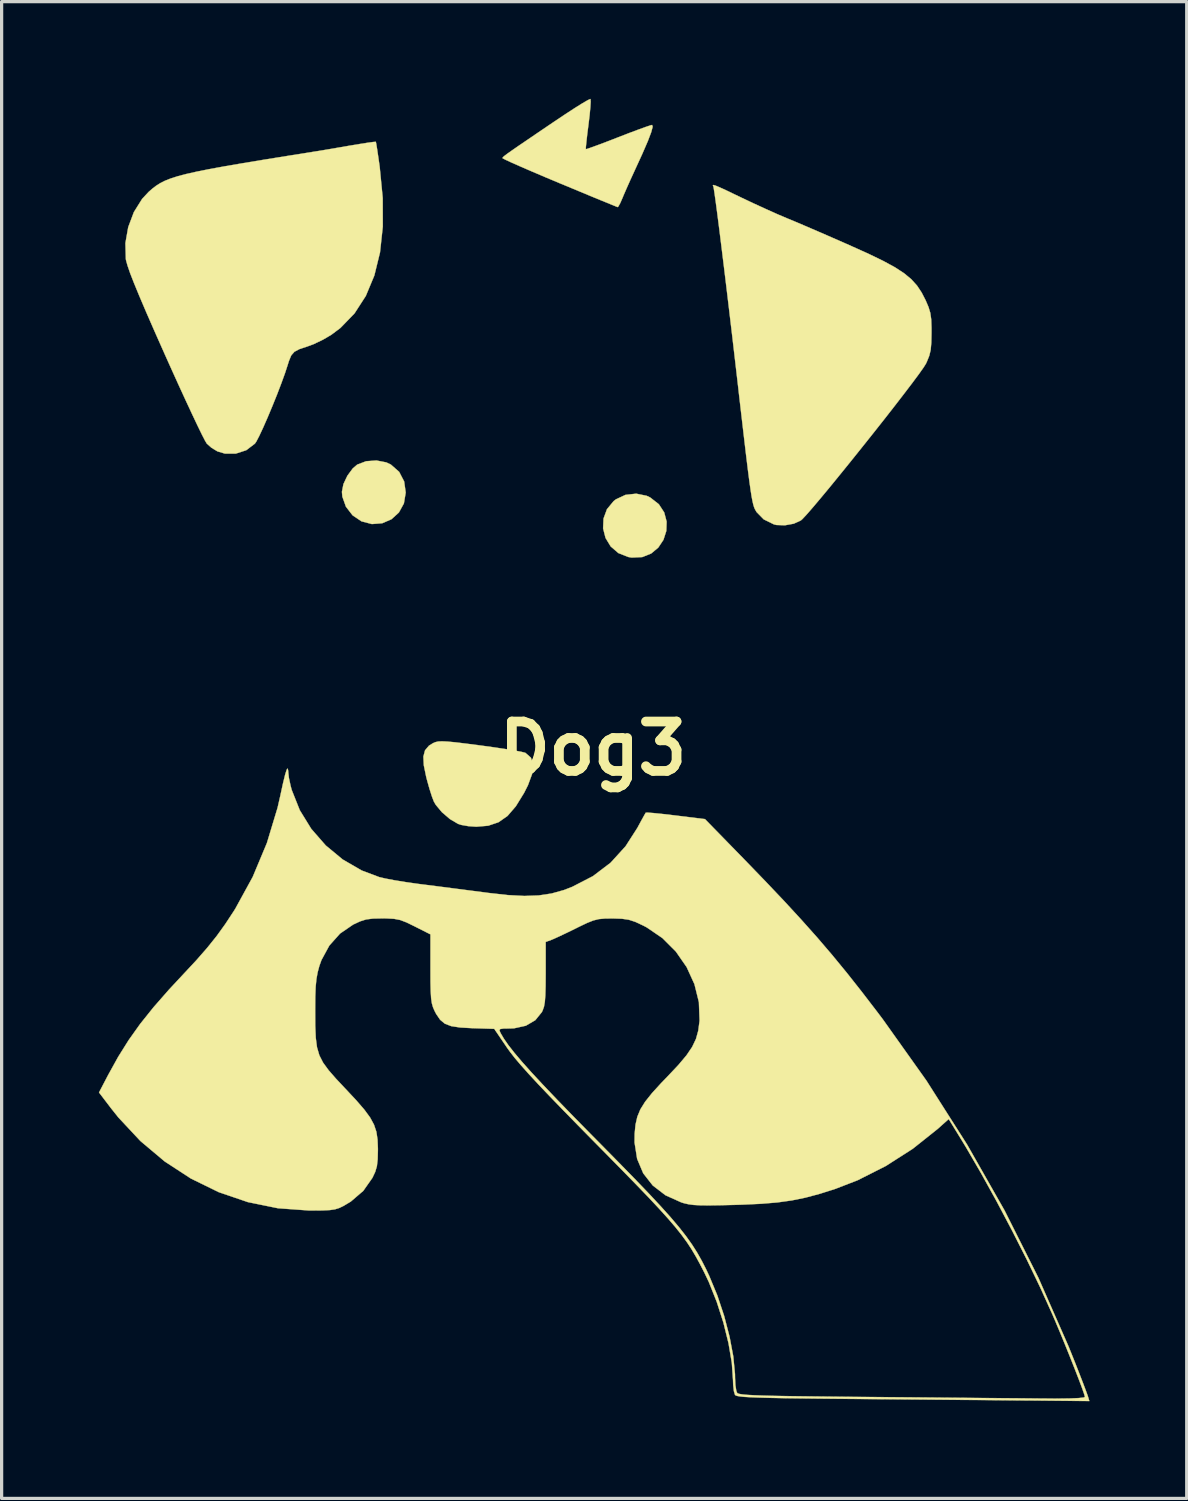
<source format=kicad_pcb>
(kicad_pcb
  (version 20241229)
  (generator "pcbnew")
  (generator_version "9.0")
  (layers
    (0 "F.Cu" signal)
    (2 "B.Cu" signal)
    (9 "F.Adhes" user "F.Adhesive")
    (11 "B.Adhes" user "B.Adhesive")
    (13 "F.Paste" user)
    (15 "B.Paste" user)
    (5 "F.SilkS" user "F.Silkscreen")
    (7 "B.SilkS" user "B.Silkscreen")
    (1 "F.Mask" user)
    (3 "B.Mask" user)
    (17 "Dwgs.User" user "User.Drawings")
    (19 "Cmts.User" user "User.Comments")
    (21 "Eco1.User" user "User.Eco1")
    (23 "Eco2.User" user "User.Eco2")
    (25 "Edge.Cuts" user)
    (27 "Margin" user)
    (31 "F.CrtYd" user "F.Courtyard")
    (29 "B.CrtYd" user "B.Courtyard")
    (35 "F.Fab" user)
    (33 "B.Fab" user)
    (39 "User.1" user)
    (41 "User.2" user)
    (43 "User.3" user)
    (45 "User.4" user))
  (footprint "Dog3"
    (layer "F.Cu")
    (at 15.246 20.045)
    (property "Reference" "Dog3" (at 0 0 0) (layer "F.SilkS") (effects (font (size 1.524 1.524) (thickness 0.3))))
    (attr through_hole)
    (fp_poly (pts (xy -6.378 -8.829) (xy -6.238 -8.763) (xy -5.981 -8.537) (xy -5.827 -8.24) (xy -5.779 -7.899) (xy -5.835 -7.563) (xy -5.989 -7.284) (xy -6.219 -7.075) (xy -6.504 -6.952) (xy -6.822 -6.927) (xy -7.144 -7.011) (xy -7.419 -7.197) (xy -7.624 -7.463) (xy -7.734 -7.773) (xy -7.747 -7.922) (xy -7.7 -8.161) (xy -7.578 -8.419) (xy -7.411 -8.645) (xy -7.275 -8.761) (xy -7 -8.865) (xy -6.683 -8.888) (xy -6.378 -8.829)) (stroke (width 0.01) (type solid)) (fill yes) (layer "F.SilkS"))
    (fp_poly (pts (xy 1.654 -7.799) (xy 1.764 -7.747) (xy 2.031 -7.538) (xy 2.197 -7.283) (xy 2.271 -7.001) (xy 2.261 -6.714) (xy 2.173 -6.441) (xy 2.014 -6.202) (xy 1.794 -6.018) (xy 1.518 -5.908) (xy 1.194 -5.893) (xy 1.087 -5.911) (xy 0.779 -6.033) (xy 0.544 -6.237) (xy 0.386 -6.498) (xy 0.311 -6.793) (xy 0.324 -7.097) (xy 0.43 -7.385) (xy 0.635 -7.633) (xy 0.706 -7.689) (xy 1.001 -7.827) (xy 1.332 -7.864) (xy 1.654 -7.799)) (stroke (width 0.01) (type solid)) (fill yes) (layer "F.SilkS"))
    (fp_poly (pts (xy -4.492 -0.216) (xy -4.255 -0.194) (xy -3.931 -0.155) (xy -3.5 -0.099) (xy -3.475 -0.096) (xy -3.081 -0.042) (xy -2.724 0.011) (xy -2.427 0.059) (xy -2.21 0.1) (xy -2.094 0.129) (xy -2.086 0.132) (xy -1.916 0.281) (xy -1.847 0.495) (xy -1.877 0.777) (xy -2.008 1.132) (xy -2.128 1.369) (xy -2.381 1.78) (xy -2.638 2.078) (xy -2.917 2.273) (xy -3.235 2.38) (xy -3.602 2.411) (xy -3.844 2.394) (xy -4.065 2.355) (xy -4.164 2.323) (xy -4.416 2.174) (xy -4.661 1.964) (xy -4.852 1.735) (xy -4.91 1.635) (xy -4.97 1.478) (xy -5.046 1.241) (xy -5.123 0.966) (xy -5.147 0.873) (xy -5.221 0.514) (xy -5.234 0.248) (xy -5.183 0.054) (xy -5.062 -0.089) (xy -4.938 -0.166) (xy -4.865 -0.198) (xy -4.779 -0.218) (xy -4.661 -0.224) (xy -4.492 -0.216)) (stroke (width 0.01) (type solid)) (fill yes) (layer "F.SilkS"))
    (fp_poly (pts (xy -0.079 -20.039) (xy -0.072 -19.965) (xy -0.082 -19.792) (xy -0.105 -19.545) (xy -0.14 -19.256) (xy -0.177 -18.965) (xy -0.204 -18.723) (xy -0.221 -18.557) (xy -0.222 -18.492) (xy -0.161 -18.508) (xy -0.002 -18.564) (xy 0.235 -18.651) (xy 0.532 -18.764) (xy 0.77 -18.857) (xy 1.101 -18.985) (xy 1.394 -19.095) (xy 1.626 -19.179) (xy 1.777 -19.229) (xy 1.822 -19.24) (xy 1.84 -19.185) (xy 1.796 -19.019) (xy 1.691 -18.742) (xy 1.523 -18.354) (xy 1.294 -17.855) (xy 1.289 -17.843) (xy 1.16 -17.563) (xy 1.036 -17.285) (xy 0.938 -17.059) (xy 0.915 -17.002) (xy 0.841 -16.832) (xy 0.782 -16.725) (xy 0.762 -16.705) (xy 0.698 -16.73) (xy 0.531 -16.798) (xy 0.276 -16.902) (xy -0.052 -17.037) (xy -0.439 -17.198) (xy -0.869 -17.377) (xy -1.032 -17.444) (xy -1.473 -17.629) (xy -1.874 -17.8) (xy -2.22 -17.95) (xy -2.497 -18.072) (xy -2.69 -18.161) (xy -2.785 -18.21) (xy -2.793 -18.217) (xy -2.788 -18.233) (xy -2.766 -18.258) (xy -2.718 -18.298) (xy -2.631 -18.363) (xy -2.494 -18.459) (xy -2.298 -18.595) (xy -2.03 -18.777) (xy -1.681 -19.015) (xy -1.238 -19.315) (xy -1.177 -19.356) (xy -0.854 -19.572) (xy -0.567 -19.759) (xy -0.332 -19.906) (xy -0.165 -20.003) (xy -0.084 -20.04) (xy -0.079 -20.039)) (stroke (width 0.01) (type solid)) (fill yes) (layer "F.SilkS"))
    (fp_poly (pts (xy -6.701 -18.719) (xy -6.687 -18.653) (xy -6.66 -18.486) (xy -6.624 -18.243) (xy -6.582 -17.949) (xy -6.581 -17.939) (xy -6.488 -16.983) (xy -6.486 -16.105) (xy -6.572 -15.308) (xy -6.747 -14.595) (xy -7.009 -13.967) (xy -7.358 -13.427) (xy -7.793 -12.978) (xy -8.072 -12.768) (xy -8.329 -12.617) (xy -8.61 -12.482) (xy -8.815 -12.405) (xy -9.06 -12.324) (xy -9.214 -12.242) (xy -9.311 -12.13) (xy -9.383 -11.956) (xy -9.418 -11.843) (xy -9.501 -11.588) (xy -9.614 -11.276) (xy -9.747 -10.928) (xy -9.892 -10.569) (xy -10.038 -10.22) (xy -10.176 -9.906) (xy -10.296 -9.649) (xy -10.388 -9.472) (xy -10.432 -9.408) (xy -10.699 -9.205) (xy -11.02 -9.101) (xy -11.358 -9.101) (xy -11.589 -9.17) (xy -11.773 -9.282) (xy -11.914 -9.406) (xy -11.967 -9.494) (xy -12.066 -9.686) (xy -12.204 -9.969) (xy -12.375 -10.331) (xy -12.574 -10.758) (xy -12.795 -11.239) (xy -13.031 -11.761) (xy -13.206 -12.151) (xy -13.519 -12.856) (xy -13.78 -13.453) (xy -13.992 -13.95) (xy -14.158 -14.352) (xy -14.281 -14.667) (xy -14.362 -14.903) (xy -14.407 -15.064) (xy -14.414 -15.103) (xy -14.427 -15.594) (xy -14.34 -16.088) (xy -14.165 -16.553) (xy -13.911 -16.959) (xy -13.709 -17.176) (xy -13.595 -17.275) (xy -13.479 -17.364) (xy -13.353 -17.444) (xy -13.207 -17.518) (xy -13.03 -17.588) (xy -12.815 -17.657) (xy -12.551 -17.727) (xy -12.228 -17.799) (xy -11.838 -17.877) (xy -11.37 -17.963) (xy -10.815 -18.058) (xy -10.164 -18.166) (xy -9.407 -18.288) (xy -8.535 -18.427) (xy -8.477 -18.436) (xy -8.342 -18.458) (xy -8.113 -18.497) (xy -7.822 -18.547) (xy -7.503 -18.602) (xy -7.501 -18.602) (xy -7.203 -18.652) (xy -6.954 -18.691) (xy -6.779 -18.715) (xy -6.702 -18.72) (xy -6.701 -18.719)) (stroke (width 0.01) (type solid)) (fill yes) (layer "F.SilkS"))
    (fp_poly (pts (xy 3.775 -17.371) (xy 3.901 -17.318) (xy 4.105 -17.225) (xy 4.4 -17.083) (xy 4.59 -16.992) (xy 4.951 -16.821) (xy 5.33 -16.647) (xy 5.685 -16.488) (xy 5.974 -16.365) (xy 6.003 -16.353) (xy 6.23 -16.259) (xy 6.547 -16.124) (xy 6.928 -15.96) (xy 7.348 -15.777) (xy 7.782 -15.587) (xy 7.964 -15.506) (xy 8.516 -15.257) (xy 8.963 -15.04) (xy 9.32 -14.845) (xy 9.601 -14.661) (xy 9.821 -14.478) (xy 9.996 -14.284) (xy 10.138 -14.07) (xy 10.262 -13.829) (xy 10.351 -13.62) (xy 10.406 -13.438) (xy 10.434 -13.24) (xy 10.443 -12.979) (xy 10.443 -12.827) (xy 10.437 -12.521) (xy 10.417 -12.299) (xy 10.374 -12.12) (xy 10.302 -11.941) (xy 10.271 -11.874) (xy 10.197 -11.757) (xy 10.055 -11.556) (xy 9.853 -11.284) (xy 9.601 -10.953) (xy 9.311 -10.577) (xy 8.991 -10.167) (xy 8.652 -9.738) (xy 8.303 -9.3) (xy 7.956 -8.867) (xy 7.62 -8.452) (xy 7.305 -8.066) (xy 7.021 -7.724) (xy 6.778 -7.436) (xy 6.587 -7.217) (xy 6.457 -7.078) (xy 6.413 -7.039) (xy 6.195 -6.939) (xy 5.921 -6.889) (xy 5.658 -6.898) (xy 5.583 -6.916) (xy 5.267 -7.071) (xy 5.044 -7.299) (xy 4.991 -7.393) (xy 4.967 -7.453) (xy 4.943 -7.533) (xy 4.918 -7.643) (xy 4.89 -7.793) (xy 4.859 -7.995) (xy 4.822 -8.257) (xy 4.779 -8.591) (xy 4.728 -9.006) (xy 4.668 -9.513) (xy 4.597 -10.122) (xy 4.513 -10.843) (xy 4.479 -11.144) (xy 4.385 -11.954) (xy 4.293 -12.743) (xy 4.203 -13.502) (xy 4.117 -14.22) (xy 4.036 -14.888) (xy 3.961 -15.497) (xy 3.894 -16.036) (xy 3.835 -16.495) (xy 3.786 -16.865) (xy 3.748 -17.135) (xy 3.723 -17.296) (xy 3.713 -17.339) (xy 3.696 -17.375) (xy 3.711 -17.388) (xy 3.775 -17.371)) (stroke (width 0.01) (type solid)) (fill yes) (layer "F.SilkS"))
    (fp_poly (pts (xy -9.404 0.692) (xy -9.402 0.735) (xy -9.382 0.908) (xy -9.333 1.137) (xy -9.297 1.274) (xy -9.048 1.9) (xy -8.693 2.477) (xy -8.246 2.989) (xy -7.723 3.422) (xy -7.138 3.761) (xy -6.596 3.965) (xy -6.404 4.01) (xy -6.119 4.064) (xy -5.774 4.12) (xy -5.403 4.173) (xy -5.262 4.191) (xy -4.827 4.246) (xy -4.323 4.311) (xy -3.806 4.378) (xy -3.332 4.439) (xy -3.239 4.452) (xy -2.631 4.52) (xy -2.118 4.547) (xy -1.676 4.531) (xy -1.278 4.471) (xy -0.899 4.365) (xy -0.643 4.266) (xy -0.005 3.937) (xy 0.542 3.522) (xy 1.004 3.014) (xy 1.369 2.445) (xy 1.483 2.234) (xy 1.573 2.071) (xy 1.623 1.983) (xy 1.627 1.977) (xy 1.693 1.976) (xy 1.862 1.989) (xy 2.112 2.014) (xy 2.418 2.049) (xy 2.55 2.065) (xy 3.455 2.177) (xy 4.638 3.39) (xy 5.306 4.081) (xy 5.898 4.705) (xy 6.429 5.282) (xy 6.917 5.829) (xy 7.378 6.368) (xy 7.828 6.916) (xy 8.284 7.493) (xy 8.764 8.118) (xy 8.939 8.35) (xy 10.286 10.244) (xy 11.54 12.215) (xy 12.695 14.247) (xy 13.741 16.328) (xy 14.67 18.442) (xy 14.877 18.957) (xy 15.003 19.28) (xy 15.115 19.57) (xy 15.203 19.803) (xy 15.258 19.954) (xy 15.269 19.987) (xy 15.312 20.13) (xy 13.895 20.116) (xy 13.571 20.113) (xy 13.136 20.11) (xy 12.606 20.105) (xy 11.999 20.099) (xy 11.33 20.094) (xy 10.616 20.087) (xy 9.873 20.081) (xy 9.117 20.074) (xy 8.459 20.069) (xy 7.634 20.061) (xy 6.927 20.054) (xy 6.329 20.047) (xy 5.831 20.04) (xy 5.425 20.031) (xy 5.1 20.022) (xy 4.849 20.012) (xy 4.662 20.001) (xy 4.531 19.987) (xy 4.445 19.972) (xy 4.397 19.954) (xy 4.38 19.939) (xy 4.346 19.825) (xy 4.324 19.634) (xy 4.319 19.487) (xy 4.282 18.952) (xy 4.18 18.348) (xy 4.022 17.709) (xy 3.816 17.068) (xy 3.573 16.459) (xy 3.437 16.172) (xy 3.303 15.911) (xy 3.174 15.674) (xy 3.042 15.45) (xy 2.898 15.231) (xy 2.733 15.005) (xy 2.54 14.763) (xy 2.31 14.495) (xy 2.034 14.19) (xy 1.705 13.839) (xy 1.313 13.432) (xy 0.851 12.959) (xy 0.309 12.408) (xy 0.127 12.224) (xy -0.449 11.639) (xy -0.941 11.135) (xy -1.357 10.705) (xy -1.705 10.339) (xy -1.991 10.03) (xy -2.222 9.771) (xy -2.407 9.553) (xy -2.552 9.368) (xy -2.652 9.229) (xy -3.016 8.693) (xy -2.888 8.693) (xy -2.856 8.769) (xy -2.851 8.779) (xy -2.752 8.948) (xy -2.614 9.147) (xy -2.43 9.382) (xy -2.195 9.66) (xy -1.901 9.989) (xy -1.543 10.374) (xy -1.114 10.825) (xy -0.609 11.346) (xy -0.019 11.946) (xy 0.193 12.16) (xy 0.782 12.758) (xy 1.289 13.277) (xy 1.721 13.727) (xy 2.087 14.119) (xy 2.395 14.462) (xy 2.653 14.767) (xy 2.87 15.043) (xy 3.053 15.3) (xy 3.212 15.549) (xy 3.353 15.799) (xy 3.487 16.061) (xy 3.588 16.276) (xy 3.835 16.872) (xy 4.046 17.506) (xy 4.212 18.144) (xy 4.327 18.752) (xy 4.38 19.298) (xy 4.382 19.426) (xy 4.393 19.641) (xy 4.42 19.811) (xy 4.444 19.875) (xy 4.469 19.895) (xy 4.525 19.912) (xy 4.621 19.927) (xy 4.765 19.94) (xy 4.966 19.951) (xy 5.234 19.961) (xy 5.577 19.97) (xy 6.005 19.978) (xy 6.526 19.985) (xy 7.149 19.992) (xy 7.883 20) (xy 8.523 20.005) (xy 9.272 20.012) (xy 10.02 20.018) (xy 10.751 20.025) (xy 11.449 20.031) (xy 12.097 20.037) (xy 12.681 20.042) (xy 13.184 20.046) (xy 13.589 20.05) (xy 13.859 20.053) (xy 14.337 20.055) (xy 14.715 20.05) (xy 14.985 20.038) (xy 15.14 20.021) (xy 15.177 20.003) (xy 15.153 19.917) (xy 15.089 19.733) (xy 14.991 19.471) (xy 14.867 19.151) (xy 14.725 18.792) (xy 14.572 18.413) (xy 14.417 18.035) (xy 14.267 17.677) (xy 14.161 17.431) (xy 13.8 16.633) (xy 13.383 15.767) (xy 12.927 14.868) (xy 12.452 13.969) (xy 11.974 13.105) (xy 11.513 12.311) (xy 11.354 12.049) (xy 10.974 11.43) (xy 10.624 11.742) (xy 9.864 12.347) (xy 9.034 12.878) (xy 8.166 13.317) (xy 7.464 13.588) (xy 6.986 13.739) (xy 6.551 13.855) (xy 6.128 13.941) (xy 5.684 14.003) (xy 5.189 14.044) (xy 4.609 14.071) (xy 4.375 14.078) (xy 3.92 14.089) (xy 3.57 14.094) (xy 3.305 14.091) (xy 3.105 14.08) (xy 2.947 14.059) (xy 2.812 14.028) (xy 2.724 14.001) (xy 2.236 13.782) (xy 1.843 13.48) (xy 1.549 13.104) (xy 1.361 12.659) (xy 1.281 12.153) (xy 1.284 11.883) (xy 1.311 11.604) (xy 1.366 11.361) (xy 1.46 11.133) (xy 1.606 10.898) (xy 1.816 10.634) (xy 2.103 10.319) (xy 2.296 10.119) (xy 2.631 9.764) (xy 2.881 9.467) (xy 3.058 9.206) (xy 3.176 8.959) (xy 3.247 8.702) (xy 3.285 8.413) (xy 3.287 8.382) (xy 3.266 7.822) (xy 3.129 7.269) (xy 2.889 6.743) (xy 2.556 6.263) (xy 2.142 5.848) (xy 1.658 5.518) (xy 1.554 5.463) (xy 1.306 5.347) (xy 1.104 5.281) (xy 0.892 5.25) (xy 0.614 5.241) (xy 0.6 5.241) (xy 0.362 5.244) (xy 0.178 5.261) (xy 0.009 5.303) (xy -0.185 5.38) (xy -0.444 5.504) (xy -0.511 5.538) (xy -0.781 5.67) (xy -1.025 5.786) (xy -1.211 5.871) (xy -1.286 5.902) (xy -1.46 5.966) (xy -1.46 6.937) (xy -1.463 7.326) (xy -1.471 7.611) (xy -1.487 7.815) (xy -1.513 7.963) (xy -1.553 8.076) (xy -1.578 8.129) (xy -1.781 8.38) (xy -2.072 8.55) (xy -2.435 8.63) (xy -2.558 8.635) (xy -2.763 8.638) (xy -2.864 8.653) (xy -2.888 8.693) (xy -3.016 8.693) (xy -3.047 8.647) (xy -3.73 8.626) (xy -4.103 8.605) (xy -4.375 8.563) (xy -4.571 8.488) (xy -4.717 8.367) (xy -4.838 8.19) (xy -4.889 8.092) (xy -4.937 7.981) (xy -4.972 7.859) (xy -4.995 7.702) (xy -5.008 7.488) (xy -5.015 7.194) (xy -5.016 6.797) (xy -5.016 6.783) (xy -5.016 5.732) (xy -5.503 5.486) (xy -5.757 5.362) (xy -5.952 5.288) (xy -6.14 5.252) (xy -6.373 5.24) (xy -6.507 5.239) (xy -6.792 5.245) (xy -7.002 5.272) (xy -7.188 5.331) (xy -7.399 5.429) (xy -7.805 5.707) (xy -8.136 6.078) (xy -8.379 6.526) (xy -8.443 6.705) (xy -8.496 6.902) (xy -8.533 7.106) (xy -8.557 7.346) (xy -8.569 7.652) (xy -8.572 8.052) (xy -8.572 8.091) (xy -8.57 8.558) (xy -8.554 8.924) (xy -8.516 9.216) (xy -8.444 9.463) (xy -8.329 9.689) (xy -8.159 9.922) (xy -7.925 10.19) (xy -7.639 10.494) (xy -7.307 10.849) (xy -7.057 11.138) (xy -6.877 11.383) (xy -6.757 11.605) (xy -6.684 11.824) (xy -6.648 12.063) (xy -6.637 12.342) (xy -6.637 12.383) (xy -6.644 12.674) (xy -6.668 12.884) (xy -6.72 13.06) (xy -6.807 13.245) (xy -7.088 13.645) (xy -7.475 13.977) (xy -7.701 14.112) (xy -7.828 14.173) (xy -7.958 14.214) (xy -8.118 14.238) (xy -8.34 14.249) (xy -8.65 14.251) (xy -8.763 14.251) (xy -9.718 14.182) (xy -10.649 13.992) (xy -11.549 13.685) (xy -12.407 13.265) (xy -13.215 12.738) (xy -13.965 12.107) (xy -14.647 11.377) (xy -14.868 11.099) (xy -15.241 10.61) (xy -14.956 10.064) (xy -14.65 9.511) (xy -14.327 8.995) (xy -13.969 8.492) (xy -13.558 7.979) (xy -13.077 7.43) (xy -12.662 6.985) (xy -12.246 6.539) (xy -11.904 6.148) (xy -11.611 5.783) (xy -11.346 5.415) (xy -11.084 5.016) (xy -11.037 4.941) (xy -10.499 3.959) (xy -10.061 2.912) (xy -9.732 1.824) (xy -9.649 1.46) (xy -9.564 1.069) (xy -9.498 0.799) (xy -9.45 0.649) (xy -9.419 0.614) (xy -9.404 0.692)) (stroke (width 0.01) (type solid)) (fill yes) (layer "F.SilkS")))
  (gr_rect
    (start -3 -3)
    (end 33.563 43.179)
    (stroke (width 0.1) (type default))
    (fill no)
    (layer "Edge.Cuts")))
</source>
